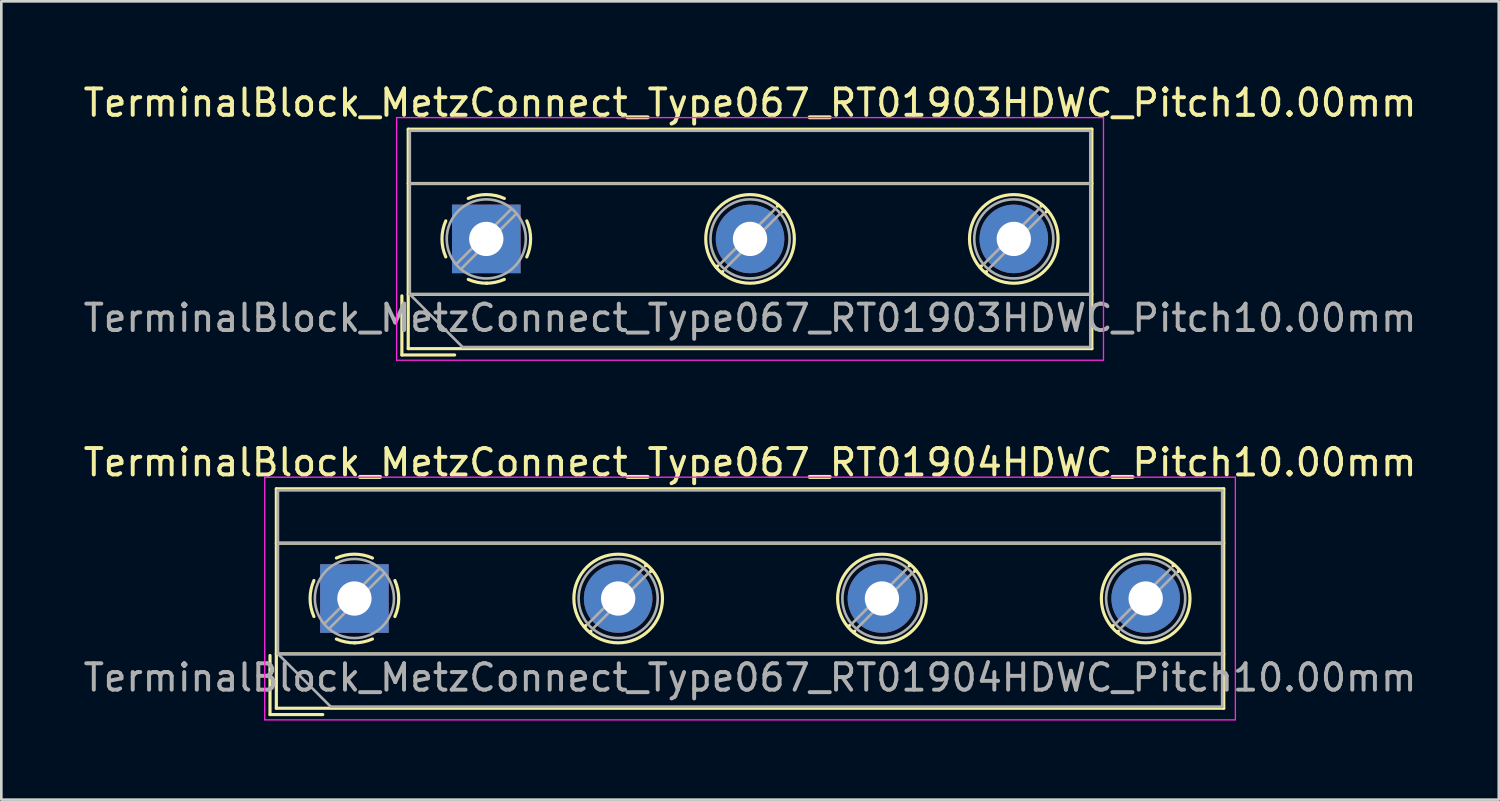
<source format=kicad_pcb>
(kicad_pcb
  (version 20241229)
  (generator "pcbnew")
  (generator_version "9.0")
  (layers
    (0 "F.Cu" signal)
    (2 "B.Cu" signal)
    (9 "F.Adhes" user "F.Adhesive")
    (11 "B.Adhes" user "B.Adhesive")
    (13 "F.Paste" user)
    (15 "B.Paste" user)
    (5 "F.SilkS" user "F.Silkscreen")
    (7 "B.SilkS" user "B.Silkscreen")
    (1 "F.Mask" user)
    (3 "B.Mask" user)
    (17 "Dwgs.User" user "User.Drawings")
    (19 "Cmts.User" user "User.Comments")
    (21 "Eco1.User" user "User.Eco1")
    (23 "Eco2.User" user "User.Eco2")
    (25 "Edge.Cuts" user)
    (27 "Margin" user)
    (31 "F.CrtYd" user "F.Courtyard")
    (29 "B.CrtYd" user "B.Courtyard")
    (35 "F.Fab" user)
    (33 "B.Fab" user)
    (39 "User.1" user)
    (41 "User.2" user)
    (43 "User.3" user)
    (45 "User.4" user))
  (footprint "TerminalBlock_MetzConnect_Type067_RT01903HDWC_Pitch10.00mm"
    (layer "F.Cu")
    (at 15.387 6.008)
    (property "Reference" "TerminalBlock_MetzConnect_Type067_RT01903HDWC_Pitch10.00mm" (at 10 -5.16 0) (layer "F.SilkS") (effects (font (size 1 1) (thickness 0.15))))
    (attr through_hole)
    (fp_line (start -3.2 2.16) (end -3.2 4.4) (stroke (width 0.12) (type solid)) (layer "F.SilkS"))
    (fp_line (start -3.2 4.4) (end -1.2 4.4) (stroke (width 0.12) (type solid)) (layer "F.SilkS"))
    (fp_line (start -2.96 -4.16) (end -2.96 4.16) (stroke (width 0.12) (type solid)) (layer "F.SilkS"))
    (fp_line (start -2.96 -2.1) (end 22.96 -2.1) (stroke (width 0.12) (type solid)) (layer "F.SilkS"))
    (fp_line (start -2.96 2.1) (end 22.96 2.1) (stroke (width 0.12) (type solid)) (layer "F.SilkS"))
    (fp_line (start -2.96 4.16) (end 22.96 4.16) (stroke (width 0.12) (type solid)) (layer "F.SilkS"))
    (fp_line (start 8.773 1.023) (end 8.726 1.069) (stroke (width 0.12) (type solid)) (layer "F.SilkS"))
    (fp_line (start 8.966 1.239) (end 8.931 1.274) (stroke (width 0.12) (type solid)) (layer "F.SilkS"))
    (fp_line (start 11.07 -1.275) (end 11.035 -1.239) (stroke (width 0.12) (type solid)) (layer "F.SilkS"))
    (fp_line (start 11.275 -1.069) (end 11.228 -1.023) (stroke (width 0.12) (type solid)) (layer "F.SilkS"))
    (fp_line (start 18.773 1.023) (end 18.726 1.069) (stroke (width 0.12) (type solid)) (layer "F.SilkS"))
    (fp_line (start 18.966 1.239) (end 18.931 1.274) (stroke (width 0.12) (type solid)) (layer "F.SilkS"))
    (fp_line (start 21.07 -1.275) (end 21.035 -1.239) (stroke (width 0.12) (type solid)) (layer "F.SilkS"))
    (fp_line (start 21.275 -1.069) (end 21.228 -1.023) (stroke (width 0.12) (type solid)) (layer "F.SilkS"))
    (fp_line (start 22.96 -4.16) (end -2.96 -4.16) (stroke (width 0.12) (type solid)) (layer "F.SilkS"))
    (fp_line (start 22.96 4.16) (end 22.96 -4.16) (stroke (width 0.12) (type solid)) (layer "F.SilkS"))
    (fp_arc (start -1.535427 0.683042) (mid -1.680501 -0.000524) (end -1.535 -0.684) (stroke (width 0.12) (type solid)) (layer "F.SilkS"))
    (fp_arc (start -0.683042 -1.535427) (mid 0.000524 -1.680501) (end 0.684 -1.535) (stroke (width 0.12) (type solid)) (layer "F.SilkS"))
    (fp_arc (start 0.028805 1.680253) (mid -0.335551 1.646659) (end -0.684 1.535) (stroke (width 0.12) (type solid)) (layer "F.SilkS"))
    (fp_arc (start 0.683318 1.534756) (mid 0.349292 1.643288) (end 0 1.68) (stroke (width 0.12) (type solid)) (layer "F.SilkS"))
    (fp_arc (start 1.535427 -0.683042) (mid 1.680501 0.000524) (end 1.535 0.684) (stroke (width 0.12) (type solid)) (layer "F.SilkS"))
    (fp_circle (center 10 0) (end 11.68 0) (stroke (width 0.12) (type solid)) (fill no) (layer "F.SilkS"))
    (fp_circle (center 20 0) (end 21.68 0) (stroke (width 0.12) (type solid)) (fill no) (layer "F.SilkS"))
    (fp_line (start -3.4 -4.6) (end -3.4 4.6) (stroke (width 0.05) (type solid)) (layer "F.CrtYd"))
    (fp_line (start -3.4 4.6) (end 23.4 4.6) (stroke (width 0.05) (type solid)) (layer "F.CrtYd"))
    (fp_line (start 23.4 -4.6) (end -3.4 -4.6) (stroke (width 0.05) (type solid)) (layer "F.CrtYd"))
    (fp_line (start 23.4 4.6) (end 23.4 -4.6) (stroke (width 0.05) (type solid)) (layer "F.CrtYd"))
    (fp_line (start -2.9 -4.1) (end 22.9 -4.1) (stroke (width 0.1) (type solid)) (layer "F.Fab"))
    (fp_line (start -2.9 -2.1) (end 22.9 -2.1) (stroke (width 0.1) (type solid)) (layer "F.Fab"))
    (fp_line (start -2.9 2.1) (end -2.9 -4.1) (stroke (width 0.1) (type solid)) (layer "F.Fab"))
    (fp_line (start -2.9 2.1) (end 22.9 2.1) (stroke (width 0.1) (type solid)) (layer "F.Fab"))
    (fp_line (start -0.9 4.1) (end -2.9 2.1) (stroke (width 0.1) (type solid)) (layer "F.Fab"))
    (fp_line (start 0.955 -1.138) (end -1.138 0.955) (stroke (width 0.1) (type solid)) (layer "F.Fab"))
    (fp_line (start 1.138 -0.955) (end -0.955 1.138) (stroke (width 0.1) (type solid)) (layer "F.Fab"))
    (fp_line (start 10.955 -1.138) (end 8.863 0.955) (stroke (width 0.1) (type solid)) (layer "F.Fab"))
    (fp_line (start 11.138 -0.955) (end 9.046 1.138) (stroke (width 0.1) (type solid)) (layer "F.Fab"))
    (fp_line (start 20.955 -1.138) (end 18.863 0.955) (stroke (width 0.1) (type solid)) (layer "F.Fab"))
    (fp_line (start 21.138 -0.955) (end 19.046 1.138) (stroke (width 0.1) (type solid)) (layer "F.Fab"))
    (fp_line (start 22.9 -4.1) (end 22.9 4.1) (stroke (width 0.1) (type solid)) (layer "F.Fab"))
    (fp_line (start 22.9 4.1) (end -0.9 4.1) (stroke (width 0.1) (type solid)) (layer "F.Fab"))
    (fp_circle (center 0 0) (end 1.5 0) (stroke (width 0.1) (type solid)) (fill no) (layer "F.Fab"))
    (fp_circle (center 10 0) (end 11.5 0) (stroke (width 0.1) (type solid)) (fill no) (layer "F.Fab"))
    (fp_circle (center 20 0) (end 21.5 0) (stroke (width 0.1) (type solid)) (fill no) (layer "F.Fab"))
    (fp_text user "${REFERENCE}" (at 10 3 0) (layer "F.Fab") (effects (font (size 1 1) (thickness 0.15))))
    (pad "1" thru_hole rect (at 0 0) (size 2.6 2.6) (drill 1.3) (layers "*.Cu" "*.Mask"))
    (pad "2" thru_hole circle (at 10 0) (size 2.6 2.6) (drill 1.3) (layers "*.Cu" "*.Mask"))
    (pad "3" thru_hole circle (at 20 0) (size 2.6 2.6) (drill 1.3) (layers "*.Cu" "*.Mask")))
  (footprint "TerminalBlock_MetzConnect_Type067_RT01904HDWC_Pitch10.00mm"
    (layer "F.Cu")
    (at 10.387 19.642)
    (property "Reference" "TerminalBlock_MetzConnect_Type067_RT01904HDWC_Pitch10.00mm" (at 15 -5.16 0) (layer "F.SilkS") (effects (font (size 1 1) (thickness 0.15))))
    (attr through_hole)
    (fp_line (start -3.2 2.16) (end -3.2 4.4) (stroke (width 0.12) (type solid)) (layer "F.SilkS"))
    (fp_line (start -3.2 4.4) (end -1.2 4.4) (stroke (width 0.12) (type solid)) (layer "F.SilkS"))
    (fp_line (start -2.96 -4.16) (end -2.96 4.16) (stroke (width 0.12) (type solid)) (layer "F.SilkS"))
    (fp_line (start -2.96 -2.1) (end 32.96 -2.1) (stroke (width 0.12) (type solid)) (layer "F.SilkS"))
    (fp_line (start -2.96 2.1) (end 32.96 2.1) (stroke (width 0.12) (type solid)) (layer "F.SilkS"))
    (fp_line (start -2.96 4.16) (end 32.96 4.16) (stroke (width 0.12) (type solid)) (layer "F.SilkS"))
    (fp_line (start 8.773 1.023) (end 8.726 1.069) (stroke (width 0.12) (type solid)) (layer "F.SilkS"))
    (fp_line (start 8.966 1.239) (end 8.931 1.274) (stroke (width 0.12) (type solid)) (layer "F.SilkS"))
    (fp_line (start 11.07 -1.275) (end 11.035 -1.239) (stroke (width 0.12) (type solid)) (layer "F.SilkS"))
    (fp_line (start 11.275 -1.069) (end 11.228 -1.023) (stroke (width 0.12) (type solid)) (layer "F.SilkS"))
    (fp_line (start 18.773 1.023) (end 18.726 1.069) (stroke (width 0.12) (type solid)) (layer "F.SilkS"))
    (fp_line (start 18.966 1.239) (end 18.931 1.274) (stroke (width 0.12) (type solid)) (layer "F.SilkS"))
    (fp_line (start 21.07 -1.275) (end 21.035 -1.239) (stroke (width 0.12) (type solid)) (layer "F.SilkS"))
    (fp_line (start 21.275 -1.069) (end 21.228 -1.023) (stroke (width 0.12) (type solid)) (layer "F.SilkS"))
    (fp_line (start 28.773 1.023) (end 28.726 1.069) (stroke (width 0.12) (type solid)) (layer "F.SilkS"))
    (fp_line (start 28.966 1.239) (end 28.931 1.274) (stroke (width 0.12) (type solid)) (layer "F.SilkS"))
    (fp_line (start 31.07 -1.275) (end 31.035 -1.239) (stroke (width 0.12) (type solid)) (layer "F.SilkS"))
    (fp_line (start 31.275 -1.069) (end 31.228 -1.023) (stroke (width 0.12) (type solid)) (layer "F.SilkS"))
    (fp_line (start 32.96 -4.16) (end -2.96 -4.16) (stroke (width 0.12) (type solid)) (layer "F.SilkS"))
    (fp_line (start 32.96 4.16) (end 32.96 -4.16) (stroke (width 0.12) (type solid)) (layer "F.SilkS"))
    (fp_arc (start -1.535427 0.683042) (mid -1.680501 -0.000524) (end -1.535 -0.684) (stroke (width 0.12) (type solid)) (layer "F.SilkS"))
    (fp_arc (start -0.683042 -1.535427) (mid 0.000524 -1.680501) (end 0.684 -1.535) (stroke (width 0.12) (type solid)) (layer "F.SilkS"))
    (fp_arc (start 0.028805 1.680253) (mid -0.335551 1.646659) (end -0.684 1.535) (stroke (width 0.12) (type solid)) (layer "F.SilkS"))
    (fp_arc (start 0.683318 1.534756) (mid 0.349292 1.643288) (end 0 1.68) (stroke (width 0.12) (type solid)) (layer "F.SilkS"))
    (fp_arc (start 1.535427 -0.683042) (mid 1.680501 0.000524) (end 1.535 0.684) (stroke (width 0.12) (type solid)) (layer "F.SilkS"))
    (fp_circle (center 10 0) (end 11.68 0) (stroke (width 0.12) (type solid)) (fill no) (layer "F.SilkS"))
    (fp_circle (center 20 0) (end 21.68 0) (stroke (width 0.12) (type solid)) (fill no) (layer "F.SilkS"))
    (fp_circle (center 30 0) (end 31.68 0) (stroke (width 0.12) (type solid)) (fill no) (layer "F.SilkS"))
    (fp_line (start -3.4 -4.6) (end -3.4 4.6) (stroke (width 0.05) (type solid)) (layer "F.CrtYd"))
    (fp_line (start -3.4 4.6) (end 33.4 4.6) (stroke (width 0.05) (type solid)) (layer "F.CrtYd"))
    (fp_line (start 33.4 -4.6) (end -3.4 -4.6) (stroke (width 0.05) (type solid)) (layer "F.CrtYd"))
    (fp_line (start 33.4 4.6) (end 33.4 -4.6) (stroke (width 0.05) (type solid)) (layer "F.CrtYd"))
    (fp_line (start -2.9 -4.1) (end 32.9 -4.1) (stroke (width 0.1) (type solid)) (layer "F.Fab"))
    (fp_line (start -2.9 -2.1) (end 32.9 -2.1) (stroke (width 0.1) (type solid)) (layer "F.Fab"))
    (fp_line (start -2.9 2.1) (end -2.9 -4.1) (stroke (width 0.1) (type solid)) (layer "F.Fab"))
    (fp_line (start -2.9 2.1) (end 32.9 2.1) (stroke (width 0.1) (type solid)) (layer "F.Fab"))
    (fp_line (start -0.9 4.1) (end -2.9 2.1) (stroke (width 0.1) (type solid)) (layer "F.Fab"))
    (fp_line (start 0.955 -1.138) (end -1.138 0.955) (stroke (width 0.1) (type solid)) (layer "F.Fab"))
    (fp_line (start 1.138 -0.955) (end -0.955 1.138) (stroke (width 0.1) (type solid)) (layer "F.Fab"))
    (fp_line (start 10.955 -1.138) (end 8.863 0.955) (stroke (width 0.1) (type solid)) (layer "F.Fab"))
    (fp_line (start 11.138 -0.955) (end 9.046 1.138) (stroke (width 0.1) (type solid)) (layer "F.Fab"))
    (fp_line (start 20.955 -1.138) (end 18.863 0.955) (stroke (width 0.1) (type solid)) (layer "F.Fab"))
    (fp_line (start 21.138 -0.955) (end 19.046 1.138) (stroke (width 0.1) (type solid)) (layer "F.Fab"))
    (fp_line (start 30.955 -1.138) (end 28.863 0.955) (stroke (width 0.1) (type solid)) (layer "F.Fab"))
    (fp_line (start 31.138 -0.955) (end 29.046 1.138) (stroke (width 0.1) (type solid)) (layer "F.Fab"))
    (fp_line (start 32.9 -4.1) (end 32.9 4.1) (stroke (width 0.1) (type solid)) (layer "F.Fab"))
    (fp_line (start 32.9 4.1) (end -0.9 4.1) (stroke (width 0.1) (type solid)) (layer "F.Fab"))
    (fp_circle (center 0 0) (end 1.5 0) (stroke (width 0.1) (type solid)) (fill no) (layer "F.Fab"))
    (fp_circle (center 10 0) (end 11.5 0) (stroke (width 0.1) (type solid)) (fill no) (layer "F.Fab"))
    (fp_circle (center 20 0) (end 21.5 0) (stroke (width 0.1) (type solid)) (fill no) (layer "F.Fab"))
    (fp_circle (center 30 0) (end 31.5 0) (stroke (width 0.1) (type solid)) (fill no) (layer "F.Fab"))
    (fp_text user "${REFERENCE}" (at 15 3 0) (layer "F.Fab") (effects (font (size 1 1) (thickness 0.15))))
    (pad "1" thru_hole rect (at 0 0) (size 2.6 2.6) (drill 1.3) (layers "*.Cu" "*.Mask"))
    (pad "2" thru_hole circle (at 10 0) (size 2.6 2.6) (drill 1.3) (layers "*.Cu" "*.Mask"))
    (pad "3" thru_hole circle (at 20 0) (size 2.6 2.6) (drill 1.3) (layers "*.Cu" "*.Mask"))
    (pad "4" thru_hole circle (at 30 0) (size 2.6 2.6) (drill 1.3) (layers "*.Cu" "*.Mask")))
  (gr_rect
    (start -3 -3)
    (end 53.774 27.267)
    (stroke (width 0.1) (type default))
    (fill no)
    (layer "Edge.Cuts")))
</source>
